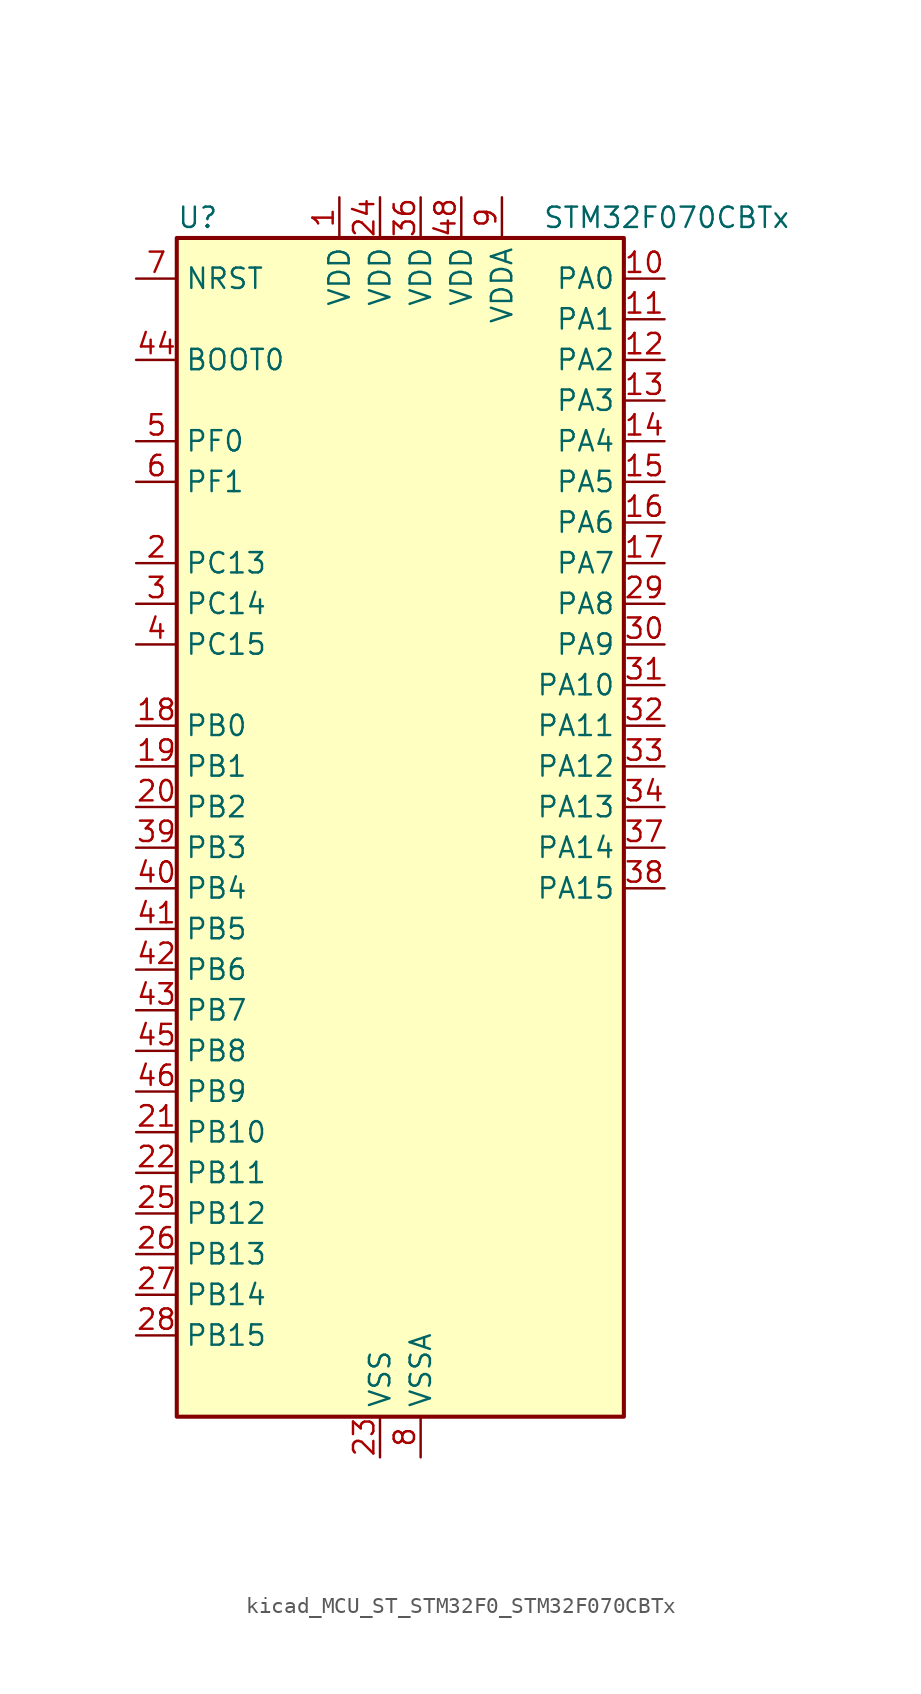
<source format=kicad_sym>
(kicad_symbol_lib
  (version 20220914)
  (generator kicad_symbol_editor)
  (symbol "kicad_MCU_ST_STM32F0_STM32F070CBTx"
    (property "Reference" "U"
      (at -12.7 39.37 0)
      (effects (font (size 1.27 1.27)) (justify left)))
    (property "Value" "STM32F070CBTx"
      (at 10.16 39.37 0)
      (effects (font (size 1.27 1.27)) (justify left)))
    (property "ki_locked" ""
      (at 0 0 0)
      (effects (font (size 1.27 1.27))))
    (symbol "kicad_MCU_ST_STM32F0_STM32F070CBTx_0_1"
      (rectangle (start -12.7 -35.56) (end 15.24 38.1) (stroke (width 0.254) (type default)) (fill (type background))))
    (symbol "kicad_MCU_ST_STM32F0_STM32F070CBTx_1_1"
      (pin power_in line (at -2.54 40.64 270) (length 2.54) (name "VDD" (effects (font (size 1.27 1.27)))) (number "1" (effects (font (size 1.27 1.27)))))
      (pin bidirectional line (at 17.78 35.56 180) (length 2.54) (name "PA0" (effects (font (size 1.27 1.27)))) (number "10" (effects (font (size 1.27 1.27)))) (alternate "ADC_IN0" bidirectional line) (alternate "RTC_TAMP2" bidirectional line) (alternate "SYS_WKUP1" bidirectional line) (alternate "USART2_CTS" bidirectional line) (alternate "USART4_TX" bidirectional line))
      (pin bidirectional line (at 17.78 33.02 180) (length 2.54) (name "PA1" (effects (font (size 1.27 1.27)))) (number "11" (effects (font (size 1.27 1.27)))) (alternate "ADC_IN1" bidirectional line) (alternate "TIM15_CH1N" bidirectional line) (alternate "USART2_DE" bidirectional line) (alternate "USART2_RTS" bidirectional line) (alternate "USART4_RX" bidirectional line))
      (pin bidirectional line (at 17.78 30.48 180) (length 2.54) (name "PA2" (effects (font (size 1.27 1.27)))) (number "12" (effects (font (size 1.27 1.27)))) (alternate "ADC_IN2" bidirectional line) (alternate "SYS_WKUP4" bidirectional line) (alternate "TIM15_CH1" bidirectional line) (alternate "USART2_TX" bidirectional line))
      (pin bidirectional line (at 17.78 27.94 180) (length 2.54) (name "PA3" (effects (font (size 1.27 1.27)))) (number "13" (effects (font (size 1.27 1.27)))) (alternate "ADC_IN3" bidirectional line) (alternate "TIM15_CH2" bidirectional line) (alternate "USART2_RX" bidirectional line))
      (pin bidirectional line (at 17.78 25.4 180) (length 2.54) (name "PA4" (effects (font (size 1.27 1.27)))) (number "14" (effects (font (size 1.27 1.27)))) (alternate "ADC_IN4" bidirectional line) (alternate "SPI1_NSS" bidirectional line) (alternate "TIM14_CH1" bidirectional line) (alternate "USART2_CK" bidirectional line))
      (pin bidirectional line (at 17.78 22.86 180) (length 2.54) (name "PA5" (effects (font (size 1.27 1.27)))) (number "15" (effects (font (size 1.27 1.27)))) (alternate "ADC_IN5" bidirectional line) (alternate "SPI1_SCK" bidirectional line))
      (pin bidirectional line (at 17.78 20.32 180) (length 2.54) (name "PA6" (effects (font (size 1.27 1.27)))) (number "16" (effects (font (size 1.27 1.27)))) (alternate "ADC_IN6" bidirectional line) (alternate "SPI1_MISO" bidirectional line) (alternate "TIM16_CH1" bidirectional line) (alternate "TIM1_BKIN" bidirectional line) (alternate "TIM3_CH1" bidirectional line) (alternate "USART3_CTS" bidirectional line))
      (pin bidirectional line (at 17.78 17.78 180) (length 2.54) (name "PA7" (effects (font (size 1.27 1.27)))) (number "17" (effects (font (size 1.27 1.27)))) (alternate "ADC_IN7" bidirectional line) (alternate "SPI1_MOSI" bidirectional line) (alternate "TIM14_CH1" bidirectional line) (alternate "TIM17_CH1" bidirectional line) (alternate "TIM1_CH1N" bidirectional line) (alternate "TIM3_CH2" bidirectional line))
      (pin bidirectional line (at -15.24 7.62 0) (length 2.54) (name "PB0" (effects (font (size 1.27 1.27)))) (number "18" (effects (font (size 1.27 1.27)))) (alternate "ADC_IN8" bidirectional line) (alternate "TIM1_CH2N" bidirectional line) (alternate "TIM3_CH3" bidirectional line) (alternate "USART3_CK" bidirectional line))
      (pin bidirectional line (at -15.24 5.08 0) (length 2.54) (name "PB1" (effects (font (size 1.27 1.27)))) (number "19" (effects (font (size 1.27 1.27)))) (alternate "ADC_IN9" bidirectional line) (alternate "TIM14_CH1" bidirectional line) (alternate "TIM1_CH3N" bidirectional line) (alternate "TIM3_CH4" bidirectional line) (alternate "USART3_DE" bidirectional line) (alternate "USART3_RTS" bidirectional line))
      (pin bidirectional line (at -15.24 17.78 0) (length 2.54) (name "PC13" (effects (font (size 1.27 1.27)))) (number "2" (effects (font (size 1.27 1.27)))) (alternate "RTC_OUT_ALARM" bidirectional line) (alternate "RTC_OUT_CALIB" bidirectional line) (alternate "RTC_TAMP1" bidirectional line) (alternate "RTC_TS" bidirectional line) (alternate "SYS_WKUP2" bidirectional line))
      (pin bidirectional line (at -15.24 2.54 0) (length 2.54) (name "PB2" (effects (font (size 1.27 1.27)))) (number "20" (effects (font (size 1.27 1.27)))))
      (pin bidirectional line (at -15.24 -17.78 0) (length 2.54) (name "PB10" (effects (font (size 1.27 1.27)))) (number "21" (effects (font (size 1.27 1.27)))) (alternate "I2C2_SCL" bidirectional line) (alternate "SPI2_SCK" bidirectional line) (alternate "USART3_TX" bidirectional line))
      (pin bidirectional line (at -15.24 -20.32 0) (length 2.54) (name "PB11" (effects (font (size 1.27 1.27)))) (number "22" (effects (font (size 1.27 1.27)))) (alternate "I2C2_SDA" bidirectional line) (alternate "USART3_RX" bidirectional line))
      (pin power_in line (at 0 -38.1 90) (length 2.54) (name "VSS" (effects (font (size 1.27 1.27)))) (number "23" (effects (font (size 1.27 1.27)))))
      (pin power_in line (at 0 40.64 270) (length 2.54) (name "VDD" (effects (font (size 1.27 1.27)))) (number "24" (effects (font (size 1.27 1.27)))))
      (pin bidirectional line (at -15.24 -22.86 0) (length 2.54) (name "PB12" (effects (font (size 1.27 1.27)))) (number "25" (effects (font (size 1.27 1.27)))) (alternate "SPI2_NSS" bidirectional line) (alternate "TIM15_BKIN" bidirectional line) (alternate "TIM1_BKIN" bidirectional line) (alternate "USART3_CK" bidirectional line))
      (pin bidirectional line (at -15.24 -25.4 0) (length 2.54) (name "PB13" (effects (font (size 1.27 1.27)))) (number "26" (effects (font (size 1.27 1.27)))) (alternate "I2C2_SCL" bidirectional line) (alternate "SPI2_SCK" bidirectional line) (alternate "TIM1_CH1N" bidirectional line) (alternate "USART3_CTS" bidirectional line))
      (pin bidirectional line (at -15.24 -27.94 0) (length 2.54) (name "PB14" (effects (font (size 1.27 1.27)))) (number "27" (effects (font (size 1.27 1.27)))) (alternate "I2C2_SDA" bidirectional line) (alternate "SPI2_MISO" bidirectional line) (alternate "TIM15_CH1" bidirectional line) (alternate "TIM1_CH2N" bidirectional line) (alternate "USART3_DE" bidirectional line) (alternate "USART3_RTS" bidirectional line))
      (pin bidirectional line (at -15.24 -30.48 0) (length 2.54) (name "PB15" (effects (font (size 1.27 1.27)))) (number "28" (effects (font (size 1.27 1.27)))) (alternate "RTC_REFIN" bidirectional line) (alternate "SPI2_MOSI" bidirectional line) (alternate "SYS_WKUP7" bidirectional line) (alternate "TIM15_CH1N" bidirectional line) (alternate "TIM15_CH2" bidirectional line) (alternate "TIM1_CH3N" bidirectional line))
      (pin bidirectional line (at 17.78 15.24 180) (length 2.54) (name "PA8" (effects (font (size 1.27 1.27)))) (number "29" (effects (font (size 1.27 1.27)))) (alternate "RCC_MCO" bidirectional line) (alternate "TIM1_CH1" bidirectional line) (alternate "USART1_CK" bidirectional line))
      (pin bidirectional line (at -15.24 15.24 0) (length 2.54) (name "PC14" (effects (font (size 1.27 1.27)))) (number "3" (effects (font (size 1.27 1.27)))) (alternate "RCC_OSC32_IN" bidirectional line))
      (pin bidirectional line (at 17.78 12.7 180) (length 2.54) (name "PA9" (effects (font (size 1.27 1.27)))) (number "30" (effects (font (size 1.27 1.27)))) (alternate "TIM15_BKIN" bidirectional line) (alternate "TIM1_CH2" bidirectional line) (alternate "USART1_TX" bidirectional line))
      (pin bidirectional line (at 17.78 10.16 180) (length 2.54) (name "PA10" (effects (font (size 1.27 1.27)))) (number "31" (effects (font (size 1.27 1.27)))) (alternate "TIM17_BKIN" bidirectional line) (alternate "TIM1_CH3" bidirectional line) (alternate "USART1_RX" bidirectional line))
      (pin bidirectional line (at 17.78 7.62 180) (length 2.54) (name "PA11" (effects (font (size 1.27 1.27)))) (number "32" (effects (font (size 1.27 1.27)))) (alternate "TIM1_CH4" bidirectional line) (alternate "USART1_CTS" bidirectional line) (alternate "USB_DM" bidirectional line))
      (pin bidirectional line (at 17.78 5.08 180) (length 2.54) (name "PA12" (effects (font (size 1.27 1.27)))) (number "33" (effects (font (size 1.27 1.27)))) (alternate "TIM1_ETR" bidirectional line) (alternate "USART1_DE" bidirectional line) (alternate "USART1_RTS" bidirectional line) (alternate "USB_DP" bidirectional line))
      (pin bidirectional line (at 17.78 2.54 180) (length 2.54) (name "PA13" (effects (font (size 1.27 1.27)))) (number "34" (effects (font (size 1.27 1.27)))) (alternate "IR_OUT" bidirectional line) (alternate "SYS_SWDIO" bidirectional line) (alternate "USB_NOE" bidirectional line))
      (pin passive line (at 0 -38.1 90) (length 2.54) hide (name "VSS" (effects (font (size 1.27 1.27)))) (number "35" (effects (font (size 1.27 1.27)))))
      (pin power_in line (at 2.54 40.64 270) (length 2.54) (name "VDD" (effects (font (size 1.27 1.27)))) (number "36" (effects (font (size 1.27 1.27)))))
      (pin bidirectional line (at 17.78 0 180) (length 2.54) (name "PA14" (effects (font (size 1.27 1.27)))) (number "37" (effects (font (size 1.27 1.27)))) (alternate "SYS_SWCLK" bidirectional line) (alternate "USART2_TX" bidirectional line))
      (pin bidirectional line (at 17.78 -2.54 180) (length 2.54) (name "PA15" (effects (font (size 1.27 1.27)))) (number "38" (effects (font (size 1.27 1.27)))) (alternate "SPI1_NSS" bidirectional line) (alternate "USART2_RX" bidirectional line) (alternate "USART4_DE" bidirectional line) (alternate "USART4_RTS" bidirectional line))
      (pin bidirectional line (at -15.24 0 0) (length 2.54) (name "PB3" (effects (font (size 1.27 1.27)))) (number "39" (effects (font (size 1.27 1.27)))) (alternate "SPI1_SCK" bidirectional line))
      (pin bidirectional line (at -15.24 12.7 0) (length 2.54) (name "PC15" (effects (font (size 1.27 1.27)))) (number "4" (effects (font (size 1.27 1.27)))) (alternate "RCC_OSC32_OUT" bidirectional line))
      (pin bidirectional line (at -15.24 -2.54 0) (length 2.54) (name "PB4" (effects (font (size 1.27 1.27)))) (number "40" (effects (font (size 1.27 1.27)))) (alternate "SPI1_MISO" bidirectional line) (alternate "TIM17_BKIN" bidirectional line) (alternate "TIM3_CH1" bidirectional line))
      (pin bidirectional line (at -15.24 -5.08 0) (length 2.54) (name "PB5" (effects (font (size 1.27 1.27)))) (number "41" (effects (font (size 1.27 1.27)))) (alternate "I2C1_SMBA" bidirectional line) (alternate "SPI1_MOSI" bidirectional line) (alternate "SYS_WKUP6" bidirectional line) (alternate "TIM16_BKIN" bidirectional line) (alternate "TIM3_CH2" bidirectional line))
      (pin bidirectional line (at -15.24 -7.62 0) (length 2.54) (name "PB6" (effects (font (size 1.27 1.27)))) (number "42" (effects (font (size 1.27 1.27)))) (alternate "I2C1_SCL" bidirectional line) (alternate "TIM16_CH1N" bidirectional line) (alternate "USART1_TX" bidirectional line))
      (pin bidirectional line (at -15.24 -10.16 0) (length 2.54) (name "PB7" (effects (font (size 1.27 1.27)))) (number "43" (effects (font (size 1.27 1.27)))) (alternate "I2C1_SDA" bidirectional line) (alternate "TIM17_CH1N" bidirectional line) (alternate "USART1_RX" bidirectional line) (alternate "USART4_CTS" bidirectional line))
      (pin input line (at -15.24 30.48 0) (length 2.54) (name "BOOT0" (effects (font (size 1.27 1.27)))) (number "44" (effects (font (size 1.27 1.27)))))
      (pin bidirectional line (at -15.24 -12.7 0) (length 2.54) (name "PB8" (effects (font (size 1.27 1.27)))) (number "45" (effects (font (size 1.27 1.27)))) (alternate "I2C1_SCL" bidirectional line) (alternate "TIM16_CH1" bidirectional line))
      (pin bidirectional line (at -15.24 -15.24 0) (length 2.54) (name "PB9" (effects (font (size 1.27 1.27)))) (number "46" (effects (font (size 1.27 1.27)))) (alternate "I2C1_SDA" bidirectional line) (alternate "IR_OUT" bidirectional line) (alternate "SPI2_NSS" bidirectional line) (alternate "TIM17_CH1" bidirectional line))
      (pin passive line (at 0 -38.1 90) (length 2.54) hide (name "VSS" (effects (font (size 1.27 1.27)))) (number "47" (effects (font (size 1.27 1.27)))))
      (pin power_in line (at 5.08 40.64 270) (length 2.54) (name "VDD" (effects (font (size 1.27 1.27)))) (number "48" (effects (font (size 1.27 1.27)))))
      (pin bidirectional line (at -15.24 25.4 0) (length 2.54) (name "PF0" (effects (font (size 1.27 1.27)))) (number "5" (effects (font (size 1.27 1.27)))) (alternate "RCC_OSC_IN" bidirectional line))
      (pin bidirectional line (at -15.24 22.86 0) (length 2.54) (name "PF1" (effects (font (size 1.27 1.27)))) (number "6" (effects (font (size 1.27 1.27)))) (alternate "RCC_OSC_OUT" bidirectional line))
      (pin input line (at -15.24 35.56 0) (length 2.54) (name "NRST" (effects (font (size 1.27 1.27)))) (number "7" (effects (font (size 1.27 1.27)))))
      (pin power_in line (at 2.54 -38.1 90) (length 2.54) (name "VSSA" (effects (font (size 1.27 1.27)))) (number "8" (effects (font (size 1.27 1.27)))))
      (pin power_in line (at 7.62 40.64 270) (length 2.54) (name "VDDA" (effects (font (size 1.27 1.27)))) (number "9" (effects (font (size 1.27 1.27))))))))
</source>
